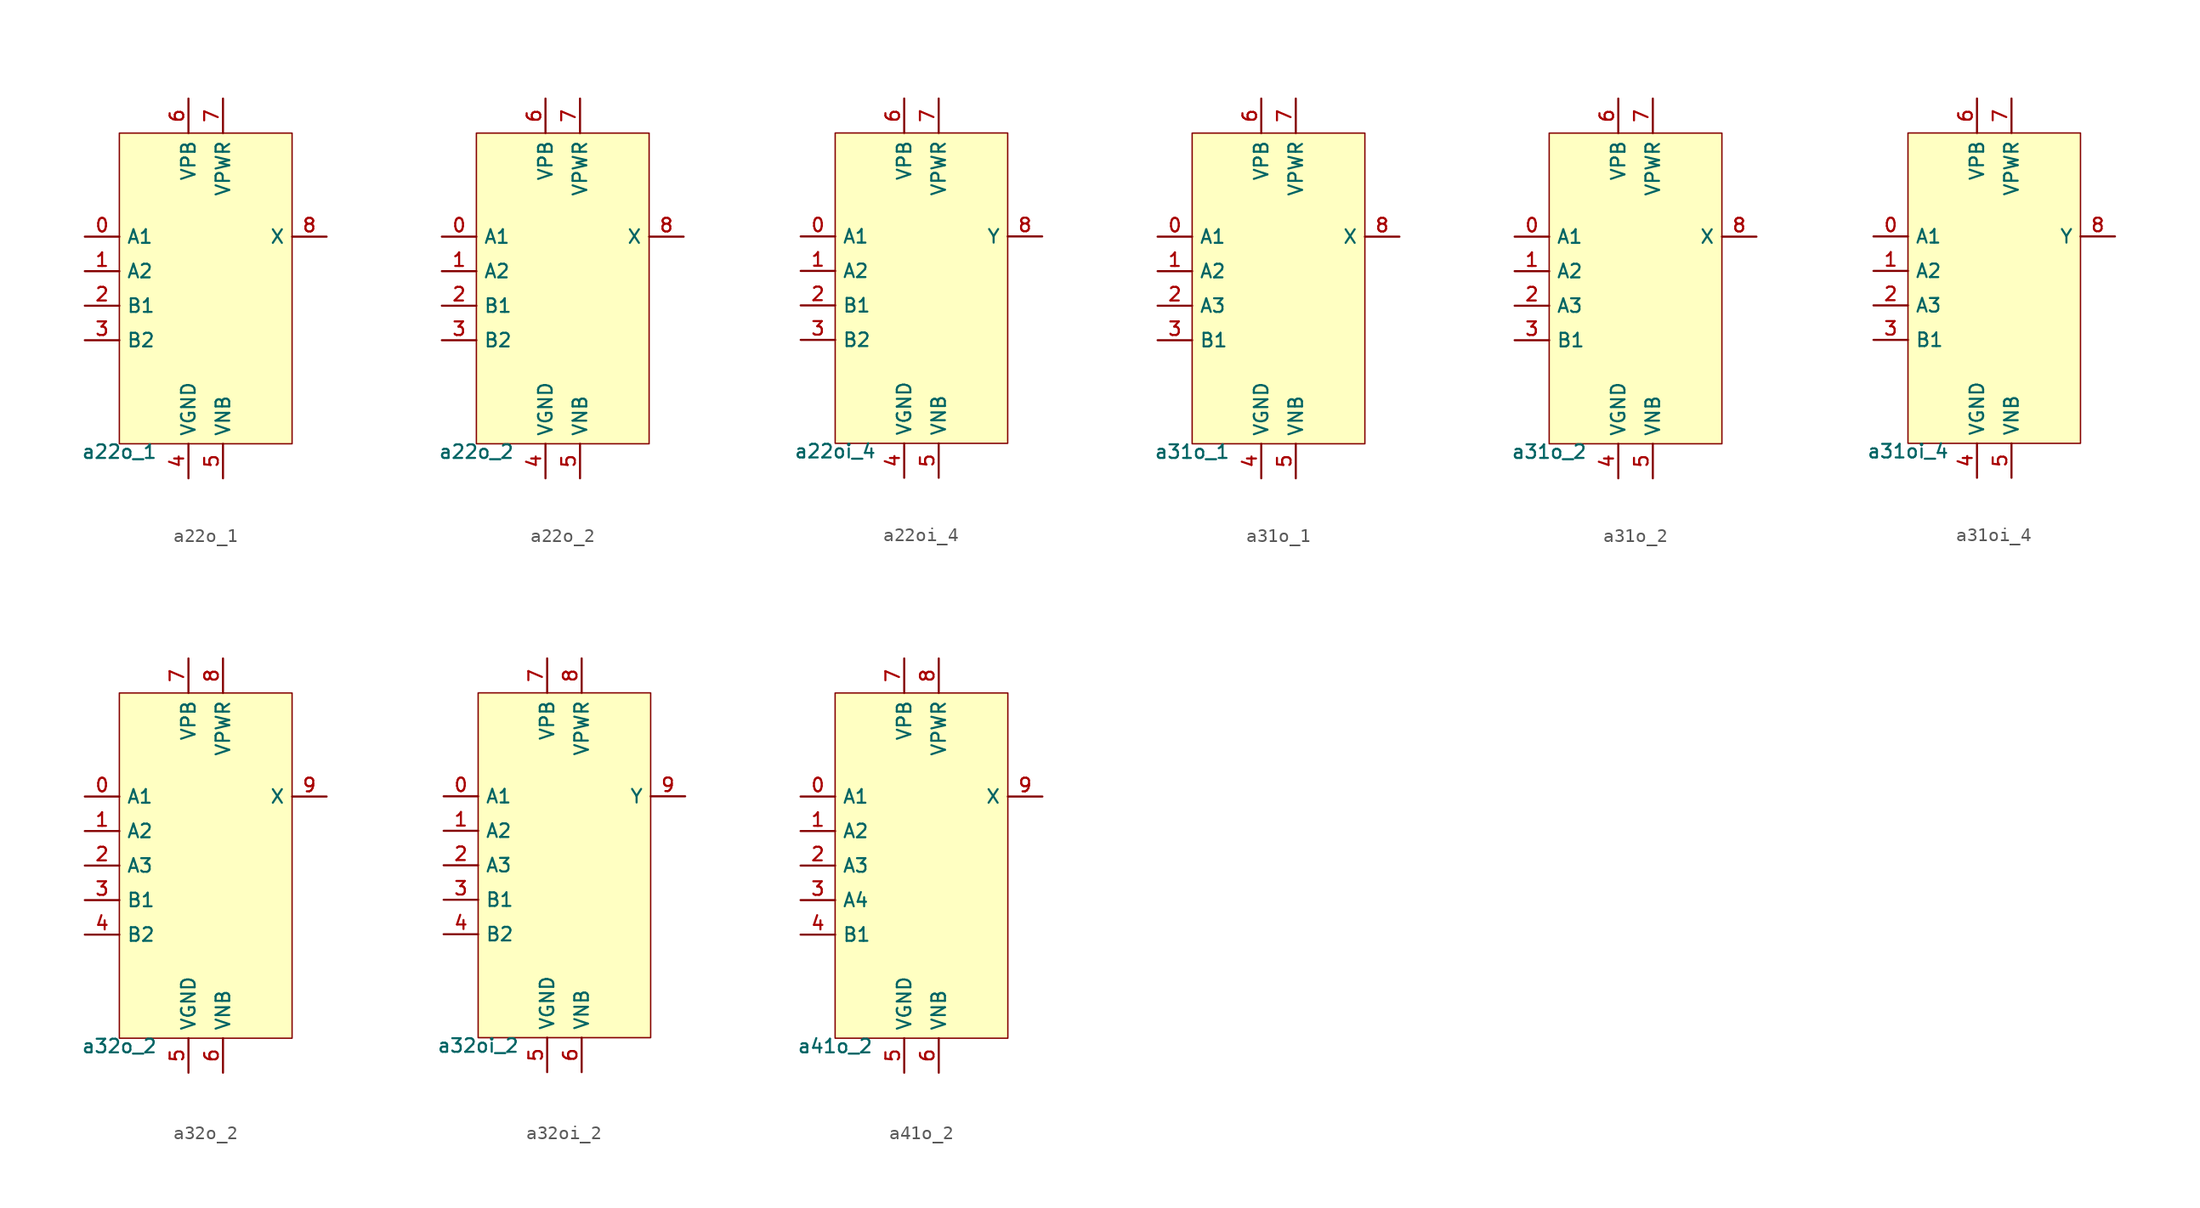
<source format=kicad_sym>
(kicad_symbol_lib
  (version 20211014)
  (generator lef2kicad_sym)
  (symbol "a22o_1"
    (property "Reference" "CELL"
      (at 0 0 0)
      (effects (font (size 1 1)) hide))
    (property "Value" "a22o_1"
      (at -6.35 -11.43 0)
      (effects (font (size 1 1)) (justify top)))
    (rectangle
      (start -6.35 -11.43)
      (end 6.35 11.43)
      (stroke (width 0.1) (type solid) (color 0 0 0 0))
      (fill (type background)))
    (pin input line
      (at -8.89 3.81 0)
      (length 2.54)
      (name "A1" (effects (font (size 1 1)) hide))
      (number "0" (effects (font (size 1 1)) hide)))
    (pin input line
      (at -8.89 1.27 0)
      (length 2.54)
      (name "A2" (effects (font (size 1 1)) hide))
      (number "1" (effects (font (size 1 1)) hide)))
    (pin input line
      (at -8.89 -1.27 0)
      (length 2.54)
      (name "B1" (effects (font (size 1 1)) hide))
      (number "2" (effects (font (size 1 1)) hide)))
    (pin input line
      (at -8.89 -3.81 0)
      (length 2.54)
      (name "B2" (effects (font (size 1 1)) hide))
      (number "3" (effects (font (size 1 1)) hide)))
    (pin power_in line
      (at -1.27 -13.97 90)
      (length 2.54)
      (name "VGND" (effects (font (size 1 1)) hide))
      (number "4" (effects (font (size 1 1)) hide)))
    (pin power_in line
      (at 1.27 -13.97 90)
      (length 2.54)
      (name "VNB" (effects (font (size 1 1)) hide))
      (number "5" (effects (font (size 1 1)) hide)))
    (pin power_in line
      (at -1.27 13.97 270)
      (length 2.54)
      (name "VPB" (effects (font (size 1 1)) hide))
      (number "6" (effects (font (size 1 1)) hide)))
    (pin power_in line
      (at 1.27 13.97 270)
      (length 2.54)
      (name "VPWR" (effects (font (size 1 1)) hide))
      (number "7" (effects (font (size 1 1)) hide)))
    (pin output line
      (at 8.89 3.81 180)
      (length 2.54)
      (name "X" (effects (font (size 1 1)) hide))
      (number "8" (effects (font (size 1 1)) hide))))
  (symbol "a22o_2"
    (property "Reference" "CELL"
      (at 0 0 0)
      (effects (font (size 1 1)) hide))
    (property "Value" "a22o_2"
      (at -6.35 -11.43 0)
      (effects (font (size 1 1)) (justify top)))
    (rectangle
      (start -6.35 -11.43)
      (end 6.35 11.43)
      (stroke (width 0.1) (type solid) (color 0 0 0 0))
      (fill (type background)))
    (pin input line
      (at -8.89 3.81 0)
      (length 2.54)
      (name "A1" (effects (font (size 1 1)) hide))
      (number "0" (effects (font (size 1 1)) hide)))
    (pin input line
      (at -8.89 1.27 0)
      (length 2.54)
      (name "A2" (effects (font (size 1 1)) hide))
      (number "1" (effects (font (size 1 1)) hide)))
    (pin input line
      (at -8.89 -1.27 0)
      (length 2.54)
      (name "B1" (effects (font (size 1 1)) hide))
      (number "2" (effects (font (size 1 1)) hide)))
    (pin input line
      (at -8.89 -3.81 0)
      (length 2.54)
      (name "B2" (effects (font (size 1 1)) hide))
      (number "3" (effects (font (size 1 1)) hide)))
    (pin power_in line
      (at -1.27 -13.97 90)
      (length 2.54)
      (name "VGND" (effects (font (size 1 1)) hide))
      (number "4" (effects (font (size 1 1)) hide)))
    (pin power_in line
      (at 1.27 -13.97 90)
      (length 2.54)
      (name "VNB" (effects (font (size 1 1)) hide))
      (number "5" (effects (font (size 1 1)) hide)))
    (pin power_in line
      (at -1.27 13.97 270)
      (length 2.54)
      (name "VPB" (effects (font (size 1 1)) hide))
      (number "6" (effects (font (size 1 1)) hide)))
    (pin power_in line
      (at 1.27 13.97 270)
      (length 2.54)
      (name "VPWR" (effects (font (size 1 1)) hide))
      (number "7" (effects (font (size 1 1)) hide)))
    (pin output line
      (at 8.89 3.81 180)
      (length 2.54)
      (name "X" (effects (font (size 1 1)) hide))
      (number "8" (effects (font (size 1 1)) hide))))
  (symbol "a22oi_4"
    (property "Reference" "CELL"
      (at 0 0 0)
      (effects (font (size 1 1)) hide))
    (property "Value" "a22oi_4"
      (at -6.35 -11.43 0)
      (effects (font (size 1 1)) (justify top)))
    (rectangle
      (start -6.35 -11.43)
      (end 6.35 11.43)
      (stroke (width 0.1) (type solid) (color 0 0 0 0))
      (fill (type background)))
    (pin input line
      (at -8.89 3.81 0)
      (length 2.54)
      (name "A1" (effects (font (size 1 1)) hide))
      (number "0" (effects (font (size 1 1)) hide)))
    (pin input line
      (at -8.89 1.27 0)
      (length 2.54)
      (name "A2" (effects (font (size 1 1)) hide))
      (number "1" (effects (font (size 1 1)) hide)))
    (pin input line
      (at -8.89 -1.27 0)
      (length 2.54)
      (name "B1" (effects (font (size 1 1)) hide))
      (number "2" (effects (font (size 1 1)) hide)))
    (pin input line
      (at -8.89 -3.81 0)
      (length 2.54)
      (name "B2" (effects (font (size 1 1)) hide))
      (number "3" (effects (font (size 1 1)) hide)))
    (pin power_in line
      (at -1.27 -13.97 90)
      (length 2.54)
      (name "VGND" (effects (font (size 1 1)) hide))
      (number "4" (effects (font (size 1 1)) hide)))
    (pin power_in line
      (at 1.27 -13.97 90)
      (length 2.54)
      (name "VNB" (effects (font (size 1 1)) hide))
      (number "5" (effects (font (size 1 1)) hide)))
    (pin power_in line
      (at -1.27 13.97 270)
      (length 2.54)
      (name "VPB" (effects (font (size 1 1)) hide))
      (number "6" (effects (font (size 1 1)) hide)))
    (pin power_in line
      (at 1.27 13.97 270)
      (length 2.54)
      (name "VPWR" (effects (font (size 1 1)) hide))
      (number "7" (effects (font (size 1 1)) hide)))
    (pin output line
      (at 8.89 3.81 180)
      (length 2.54)
      (name "Y" (effects (font (size 1 1)) hide))
      (number "8" (effects (font (size 1 1)) hide))))
  (symbol "a31o_1"
    (property "Reference" "CELL"
      (at 0 0 0)
      (effects (font (size 1 1)) hide))
    (property "Value" "a31o_1"
      (at -6.35 -11.43 0)
      (effects (font (size 1 1)) (justify top)))
    (rectangle
      (start -6.35 -11.43)
      (end 6.35 11.43)
      (stroke (width 0.1) (type solid) (color 0 0 0 0))
      (fill (type background)))
    (pin input line
      (at -8.89 3.81 0)
      (length 2.54)
      (name "A1" (effects (font (size 1 1)) hide))
      (number "0" (effects (font (size 1 1)) hide)))
    (pin input line
      (at -8.89 1.27 0)
      (length 2.54)
      (name "A2" (effects (font (size 1 1)) hide))
      (number "1" (effects (font (size 1 1)) hide)))
    (pin input line
      (at -8.89 -1.27 0)
      (length 2.54)
      (name "A3" (effects (font (size 1 1)) hide))
      (number "2" (effects (font (size 1 1)) hide)))
    (pin input line
      (at -8.89 -3.81 0)
      (length 2.54)
      (name "B1" (effects (font (size 1 1)) hide))
      (number "3" (effects (font (size 1 1)) hide)))
    (pin power_in line
      (at -1.27 -13.97 90)
      (length 2.54)
      (name "VGND" (effects (font (size 1 1)) hide))
      (number "4" (effects (font (size 1 1)) hide)))
    (pin power_in line
      (at 1.27 -13.97 90)
      (length 2.54)
      (name "VNB" (effects (font (size 1 1)) hide))
      (number "5" (effects (font (size 1 1)) hide)))
    (pin power_in line
      (at -1.27 13.97 270)
      (length 2.54)
      (name "VPB" (effects (font (size 1 1)) hide))
      (number "6" (effects (font (size 1 1)) hide)))
    (pin power_in line
      (at 1.27 13.97 270)
      (length 2.54)
      (name "VPWR" (effects (font (size 1 1)) hide))
      (number "7" (effects (font (size 1 1)) hide)))
    (pin output line
      (at 8.89 3.81 180)
      (length 2.54)
      (name "X" (effects (font (size 1 1)) hide))
      (number "8" (effects (font (size 1 1)) hide))))
  (symbol "a31o_2"
    (property "Reference" "CELL"
      (at 0 0 0)
      (effects (font (size 1 1)) hide))
    (property "Value" "a31o_2"
      (at -6.35 -11.43 0)
      (effects (font (size 1 1)) (justify top)))
    (rectangle
      (start -6.35 -11.43)
      (end 6.35 11.43)
      (stroke (width 0.1) (type solid) (color 0 0 0 0))
      (fill (type background)))
    (pin input line
      (at -8.89 3.81 0)
      (length 2.54)
      (name "A1" (effects (font (size 1 1)) hide))
      (number "0" (effects (font (size 1 1)) hide)))
    (pin input line
      (at -8.89 1.27 0)
      (length 2.54)
      (name "A2" (effects (font (size 1 1)) hide))
      (number "1" (effects (font (size 1 1)) hide)))
    (pin input line
      (at -8.89 -1.27 0)
      (length 2.54)
      (name "A3" (effects (font (size 1 1)) hide))
      (number "2" (effects (font (size 1 1)) hide)))
    (pin input line
      (at -8.89 -3.81 0)
      (length 2.54)
      (name "B1" (effects (font (size 1 1)) hide))
      (number "3" (effects (font (size 1 1)) hide)))
    (pin power_in line
      (at -1.27 -13.97 90)
      (length 2.54)
      (name "VGND" (effects (font (size 1 1)) hide))
      (number "4" (effects (font (size 1 1)) hide)))
    (pin power_in line
      (at 1.27 -13.97 90)
      (length 2.54)
      (name "VNB" (effects (font (size 1 1)) hide))
      (number "5" (effects (font (size 1 1)) hide)))
    (pin power_in line
      (at -1.27 13.97 270)
      (length 2.54)
      (name "VPB" (effects (font (size 1 1)) hide))
      (number "6" (effects (font (size 1 1)) hide)))
    (pin power_in line
      (at 1.27 13.97 270)
      (length 2.54)
      (name "VPWR" (effects (font (size 1 1)) hide))
      (number "7" (effects (font (size 1 1)) hide)))
    (pin output line
      (at 8.89 3.81 180)
      (length 2.54)
      (name "X" (effects (font (size 1 1)) hide))
      (number "8" (effects (font (size 1 1)) hide))))
  (symbol "a31oi_4"
    (property "Reference" "CELL"
      (at 0 0 0)
      (effects (font (size 1 1)) hide))
    (property "Value" "a31oi_4"
      (at -6.35 -11.43 0)
      (effects (font (size 1 1)) (justify top)))
    (rectangle
      (start -6.35 -11.43)
      (end 6.35 11.43)
      (stroke (width 0.1) (type solid) (color 0 0 0 0))
      (fill (type background)))
    (pin input line
      (at -8.89 3.81 0)
      (length 2.54)
      (name "A1" (effects (font (size 1 1)) hide))
      (number "0" (effects (font (size 1 1)) hide)))
    (pin input line
      (at -8.89 1.27 0)
      (length 2.54)
      (name "A2" (effects (font (size 1 1)) hide))
      (number "1" (effects (font (size 1 1)) hide)))
    (pin input line
      (at -8.89 -1.27 0)
      (length 2.54)
      (name "A3" (effects (font (size 1 1)) hide))
      (number "2" (effects (font (size 1 1)) hide)))
    (pin input line
      (at -8.89 -3.81 0)
      (length 2.54)
      (name "B1" (effects (font (size 1 1)) hide))
      (number "3" (effects (font (size 1 1)) hide)))
    (pin power_in line
      (at -1.27 -13.97 90)
      (length 2.54)
      (name "VGND" (effects (font (size 1 1)) hide))
      (number "4" (effects (font (size 1 1)) hide)))
    (pin power_in line
      (at 1.27 -13.97 90)
      (length 2.54)
      (name "VNB" (effects (font (size 1 1)) hide))
      (number "5" (effects (font (size 1 1)) hide)))
    (pin power_in line
      (at -1.27 13.97 270)
      (length 2.54)
      (name "VPB" (effects (font (size 1 1)) hide))
      (number "6" (effects (font (size 1 1)) hide)))
    (pin power_in line
      (at 1.27 13.97 270)
      (length 2.54)
      (name "VPWR" (effects (font (size 1 1)) hide))
      (number "7" (effects (font (size 1 1)) hide)))
    (pin output line
      (at 8.89 3.81 180)
      (length 2.54)
      (name "Y" (effects (font (size 1 1)) hide))
      (number "8" (effects (font (size 1 1)) hide))))
  (symbol "a32o_2"
    (property "Reference" "CELL"
      (at 0 0 0)
      (effects (font (size 1 1)) hide))
    (property "Value" "a32o_2"
      (at -6.35 -12.7 0)
      (effects (font (size 1 1)) (justify top)))
    (rectangle
      (start -6.35 -12.7)
      (end 6.35 12.7)
      (stroke (width 0.1) (type solid) (color 0 0 0 0))
      (fill (type background)))
    (pin input line
      (at -8.89 5.08 0)
      (length 2.54)
      (name "A1" (effects (font (size 1 1)) hide))
      (number "0" (effects (font (size 1 1)) hide)))
    (pin input line
      (at -8.89 2.54 0)
      (length 2.54)
      (name "A2" (effects (font (size 1 1)) hide))
      (number "1" (effects (font (size 1 1)) hide)))
    (pin input line
      (at -8.89 -8.881784197001252e-16 0)
      (length 2.54)
      (name "A3" (effects (font (size 1 1)) hide))
      (number "2" (effects (font (size 1 1)) hide)))
    (pin input line
      (at -8.89 -2.54 0)
      (length 2.54)
      (name "B1" (effects (font (size 1 1)) hide))
      (number "3" (effects (font (size 1 1)) hide)))
    (pin input line
      (at -8.89 -5.08 0)
      (length 2.54)
      (name "B2" (effects (font (size 1 1)) hide))
      (number "4" (effects (font (size 1 1)) hide)))
    (pin power_in line
      (at -1.27 -15.24 90)
      (length 2.54)
      (name "VGND" (effects (font (size 1 1)) hide))
      (number "5" (effects (font (size 1 1)) hide)))
    (pin power_in line
      (at 1.27 -15.24 90)
      (length 2.54)
      (name "VNB" (effects (font (size 1 1)) hide))
      (number "6" (effects (font (size 1 1)) hide)))
    (pin power_in line
      (at -1.27 15.24 270)
      (length 2.54)
      (name "VPB" (effects (font (size 1 1)) hide))
      (number "7" (effects (font (size 1 1)) hide)))
    (pin power_in line
      (at 1.27 15.24 270)
      (length 2.54)
      (name "VPWR" (effects (font (size 1 1)) hide))
      (number "8" (effects (font (size 1 1)) hide)))
    (pin output line
      (at 8.89 5.08 180)
      (length 2.54)
      (name "X" (effects (font (size 1 1)) hide))
      (number "9" (effects (font (size 1 1)) hide))))
  (symbol "a32oi_2"
    (property "Reference" "CELL"
      (at 0 0 0)
      (effects (font (size 1 1)) hide))
    (property "Value" "a32oi_2"
      (at -6.35 -12.7 0)
      (effects (font (size 1 1)) (justify top)))
    (rectangle
      (start -6.35 -12.7)
      (end 6.35 12.7)
      (stroke (width 0.1) (type solid) (color 0 0 0 0))
      (fill (type background)))
    (pin input line
      (at -8.89 5.08 0)
      (length 2.54)
      (name "A1" (effects (font (size 1 1)) hide))
      (number "0" (effects (font (size 1 1)) hide)))
    (pin input line
      (at -8.89 2.54 0)
      (length 2.54)
      (name "A2" (effects (font (size 1 1)) hide))
      (number "1" (effects (font (size 1 1)) hide)))
    (pin input line
      (at -8.89 -8.881784197001252e-16 0)
      (length 2.54)
      (name "A3" (effects (font (size 1 1)) hide))
      (number "2" (effects (font (size 1 1)) hide)))
    (pin input line
      (at -8.89 -2.54 0)
      (length 2.54)
      (name "B1" (effects (font (size 1 1)) hide))
      (number "3" (effects (font (size 1 1)) hide)))
    (pin input line
      (at -8.89 -5.08 0)
      (length 2.54)
      (name "B2" (effects (font (size 1 1)) hide))
      (number "4" (effects (font (size 1 1)) hide)))
    (pin power_in line
      (at -1.27 -15.24 90)
      (length 2.54)
      (name "VGND" (effects (font (size 1 1)) hide))
      (number "5" (effects (font (size 1 1)) hide)))
    (pin power_in line
      (at 1.27 -15.24 90)
      (length 2.54)
      (name "VNB" (effects (font (size 1 1)) hide))
      (number "6" (effects (font (size 1 1)) hide)))
    (pin power_in line
      (at -1.27 15.24 270)
      (length 2.54)
      (name "VPB" (effects (font (size 1 1)) hide))
      (number "7" (effects (font (size 1 1)) hide)))
    (pin power_in line
      (at 1.27 15.24 270)
      (length 2.54)
      (name "VPWR" (effects (font (size 1 1)) hide))
      (number "8" (effects (font (size 1 1)) hide)))
    (pin output line
      (at 8.89 5.08 180)
      (length 2.54)
      (name "Y" (effects (font (size 1 1)) hide))
      (number "9" (effects (font (size 1 1)) hide))))
  (symbol "a41o_2"
    (property "Reference" "CELL"
      (at 0 0 0)
      (effects (font (size 1 1)) hide))
    (property "Value" "a41o_2"
      (at -6.35 -12.7 0)
      (effects (font (size 1 1)) (justify top)))
    (rectangle
      (start -6.35 -12.7)
      (end 6.35 12.7)
      (stroke (width 0.1) (type solid) (color 0 0 0 0))
      (fill (type background)))
    (pin input line
      (at -8.89 5.08 0)
      (length 2.54)
      (name "A1" (effects (font (size 1 1)) hide))
      (number "0" (effects (font (size 1 1)) hide)))
    (pin input line
      (at -8.89 2.54 0)
      (length 2.54)
      (name "A2" (effects (font (size 1 1)) hide))
      (number "1" (effects (font (size 1 1)) hide)))
    (pin input line
      (at -8.89 -8.881784197001252e-16 0)
      (length 2.54)
      (name "A3" (effects (font (size 1 1)) hide))
      (number "2" (effects (font (size 1 1)) hide)))
    (pin input line
      (at -8.89 -2.54 0)
      (length 2.54)
      (name "A4" (effects (font (size 1 1)) hide))
      (number "3" (effects (font (size 1 1)) hide)))
    (pin input line
      (at -8.89 -5.08 0)
      (length 2.54)
      (name "B1" (effects (font (size 1 1)) hide))
      (number "4" (effects (font (size 1 1)) hide)))
    (pin power_in line
      (at -1.27 -15.24 90)
      (length 2.54)
      (name "VGND" (effects (font (size 1 1)) hide))
      (number "5" (effects (font (size 1 1)) hide)))
    (pin power_in line
      (at 1.27 -15.24 90)
      (length 2.54)
      (name "VNB" (effects (font (size 1 1)) hide))
      (number "6" (effects (font (size 1 1)) hide)))
    (pin power_in line
      (at -1.27 15.24 270)
      (length 2.54)
      (name "VPB" (effects (font (size 1 1)) hide))
      (number "7" (effects (font (size 1 1)) hide)))
    (pin power_in line
      (at 1.27 15.24 270)
      (length 2.54)
      (name "VPWR" (effects (font (size 1 1)) hide))
      (number "8" (effects (font (size 1 1)) hide)))
    (pin output line
      (at 8.89 5.08 180)
      (length 2.54)
      (name "X" (effects (font (size 1 1)) hide))
      (number "9" (effects (font (size 1 1)) hide)))))
</source>
